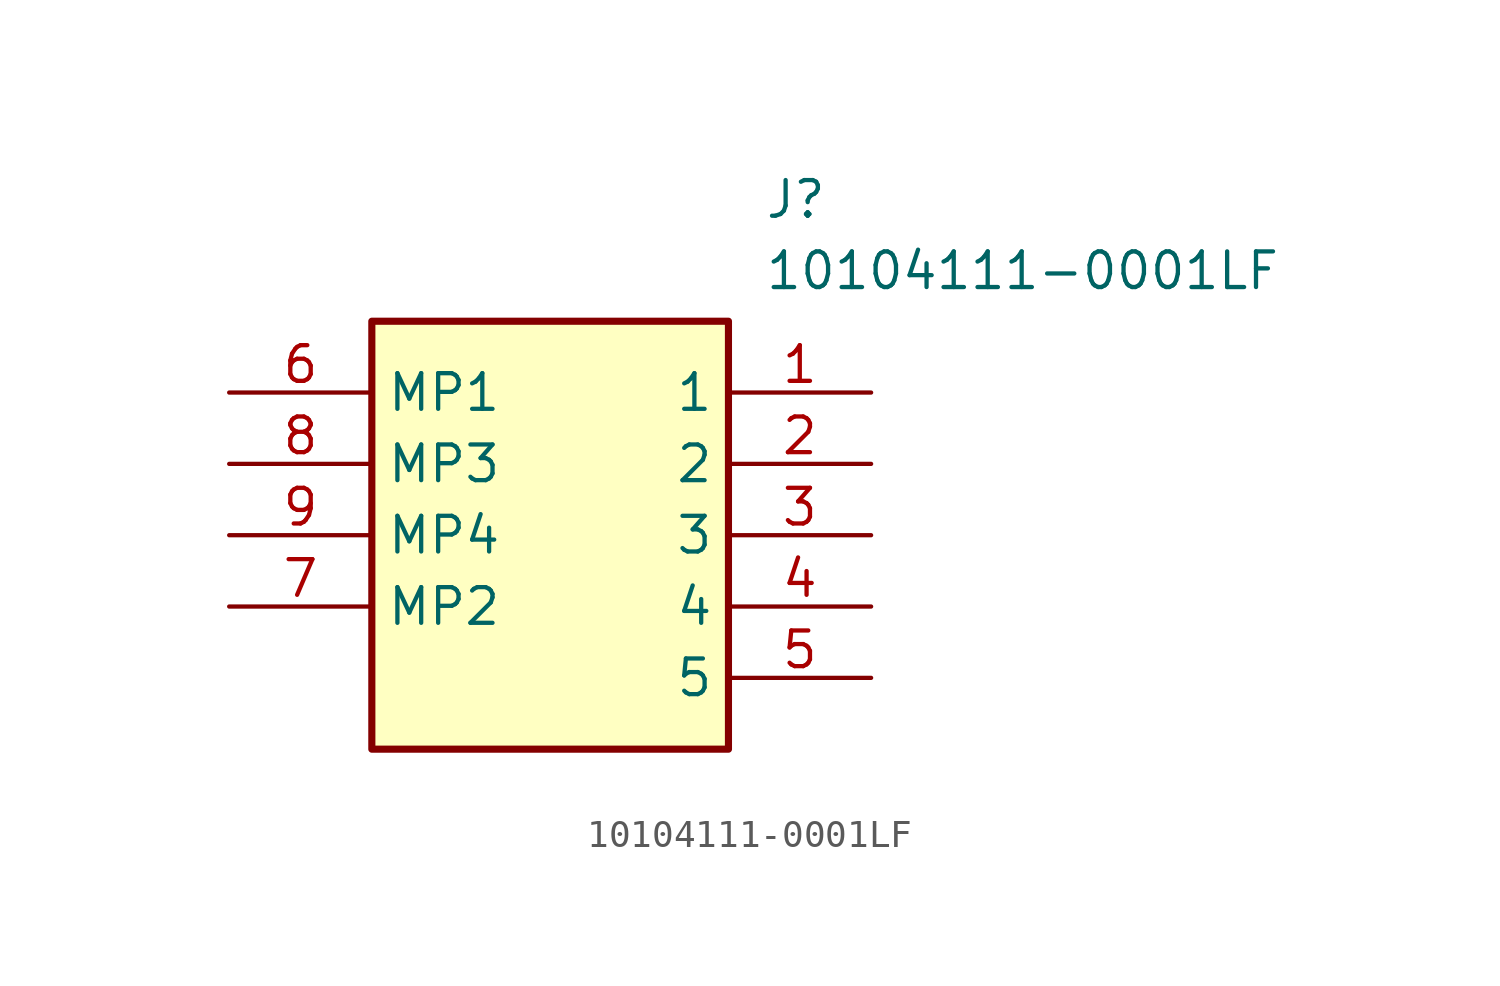
<source format=kicad_sym>
(kicad_symbol_lib
  (version 20211014)
  (generator SamacSys_ECAD_Model)
  (symbol "10104111-0001LF"
    (property "Reference" "J"
      (at 19.05 7.62 0)
      (effects (font (size 1.27 1.27)) (justify left top)))
    (property "Value" "10104111-0001LF"
      (at 19.05 5.08 0)
      (effects (font (size 1.27 1.27)) (justify left top)))
    (rectangle
      (start 5.08 2.54)
      (end 17.78 -12.7)
      (stroke (width 0.254) (type default))
      (fill (type background)))
    (pin passive line
      (at 22.86 0 180)
      (length 5.08)
      (name "1" (effects (font (size 1.27 1.27))))
      (number "1" (effects (font (size 1.27 1.27)))))
    (pin passive line
      (at 22.86 -2.54 180)
      (length 5.08)
      (name "2" (effects (font (size 1.27 1.27))))
      (number "2" (effects (font (size 1.27 1.27)))))
    (pin passive line
      (at 22.86 -5.08 180)
      (length 5.08)
      (name "3" (effects (font (size 1.27 1.27))))
      (number "3" (effects (font (size 1.27 1.27)))))
    (pin passive line
      (at 22.86 -7.62 180)
      (length 5.08)
      (name "4" (effects (font (size 1.27 1.27))))
      (number "4" (effects (font (size 1.27 1.27)))))
    (pin passive line
      (at 22.86 -10.16 180)
      (length 5.08)
      (name "5" (effects (font (size 1.27 1.27))))
      (number "5" (effects (font (size 1.27 1.27)))))
    (pin passive line
      (at 0 0 0)
      (length 5.08)
      (name "MP1" (effects (font (size 1.27 1.27))))
      (number "6" (effects (font (size 1.27 1.27)))))
    (pin passive line
      (at 0 -7.62 0)
      (length 5.08)
      (name "MP2" (effects (font (size 1.27 1.27))))
      (number "7" (effects (font (size 1.27 1.27)))))
    (pin passive line
      (at 0 -2.54 0)
      (length 5.08)
      (name "MP3" (effects (font (size 1.27 1.27))))
      (number "8" (effects (font (size 1.27 1.27)))))
    (pin passive line
      (at 0 -5.08 0)
      (length 5.08)
      (name "MP4" (effects (font (size 1.27 1.27))))
      (number "9" (effects (font (size 1.27 1.27)))))))
</source>
